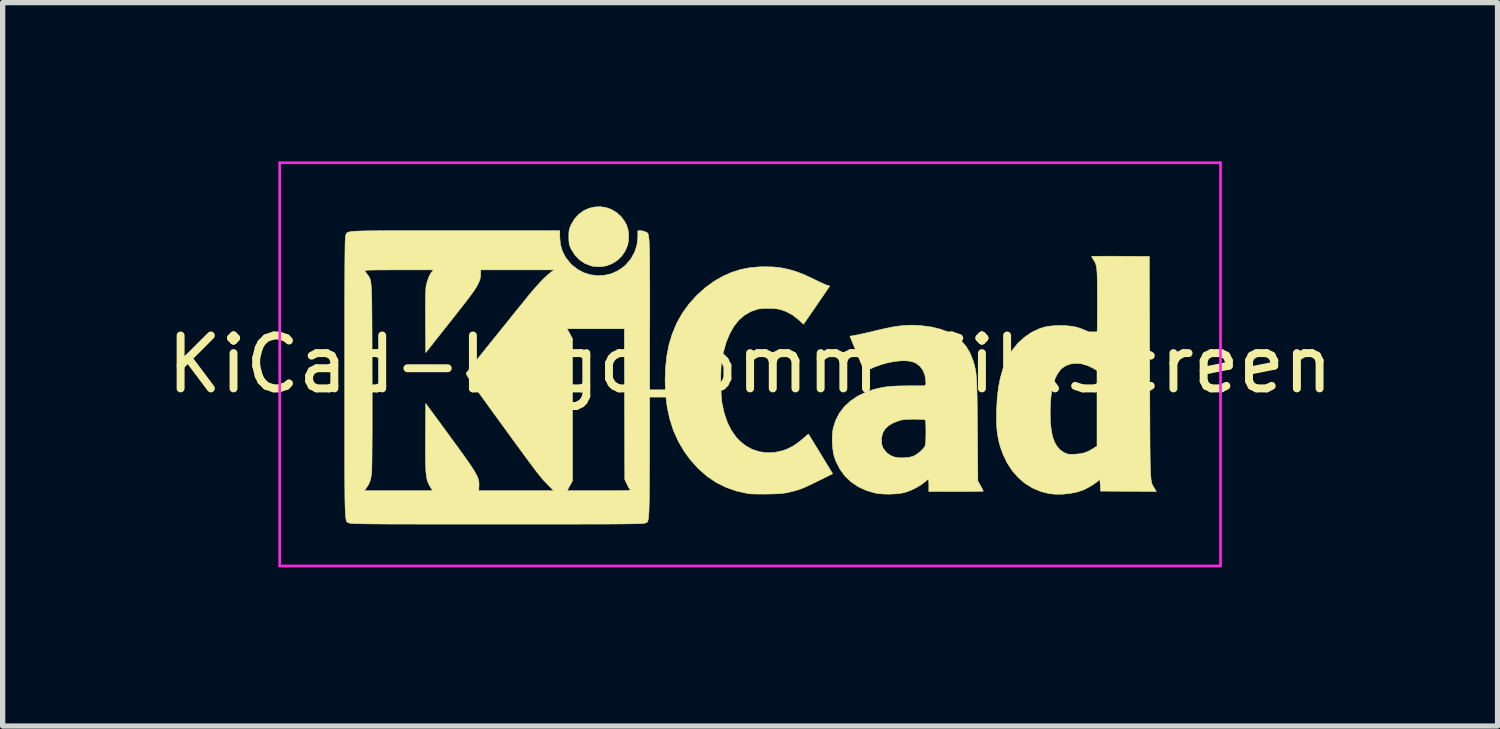
<source format=kicad_pcb>
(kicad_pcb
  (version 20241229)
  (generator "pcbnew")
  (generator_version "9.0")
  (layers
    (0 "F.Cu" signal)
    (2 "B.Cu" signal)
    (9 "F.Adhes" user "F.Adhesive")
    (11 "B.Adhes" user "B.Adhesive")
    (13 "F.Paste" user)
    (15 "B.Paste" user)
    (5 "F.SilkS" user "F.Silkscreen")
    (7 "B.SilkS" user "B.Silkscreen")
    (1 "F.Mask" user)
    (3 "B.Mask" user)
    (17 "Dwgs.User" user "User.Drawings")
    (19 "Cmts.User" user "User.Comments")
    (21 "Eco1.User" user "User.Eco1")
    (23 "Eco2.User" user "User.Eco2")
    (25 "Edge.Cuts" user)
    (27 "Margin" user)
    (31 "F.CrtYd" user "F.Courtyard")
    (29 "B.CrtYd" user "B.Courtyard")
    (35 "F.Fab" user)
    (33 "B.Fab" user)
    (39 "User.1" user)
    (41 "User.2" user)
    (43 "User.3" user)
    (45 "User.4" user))
  (footprint "KiCad-Logo_6mm_SilkScreen"
    (layer "F.Cu")
    (at 11.125 3.835)
    (property "Reference" "KiCad-Logo_6mm_SilkScreen" (at 0 0 0) (layer "F.SilkS") (effects (font (size 1 1) (thickness 0.15))))
    (attr exclude_from_pos_files exclude_from_bom)
    (fp_poly (pts (xy -2.726 -2.964) (xy -2.623 -2.928) (xy -2.527 -2.871) (xy -2.441 -2.795) (xy -2.369 -2.697) (xy -2.336 -2.636) (xy -2.308 -2.55) (xy -2.295 -2.451) (xy -2.296 -2.35) (xy -2.313 -2.257) (xy -2.359 -2.145) (xy -2.425 -2.047) (xy -2.509 -1.966) (xy -2.606 -1.904) (xy -2.714 -1.862) (xy -2.829 -1.844) (xy -2.948 -1.849) (xy -3.007 -1.862) (xy -3.121 -1.906) (xy -3.222 -1.974) (xy -3.309 -2.063) (xy -3.377 -2.171) (xy -3.383 -2.183) (xy -3.403 -2.227) (xy -3.415 -2.265) (xy -3.422 -2.304) (xy -3.425 -2.355) (xy -3.426 -2.41) (xy -3.425 -2.476) (xy -3.421 -2.523) (xy -3.413 -2.562) (xy -3.399 -2.6) (xy -3.382 -2.639) (xy -3.318 -2.747) (xy -3.238 -2.834) (xy -3.147 -2.901) (xy -3.047 -2.948) (xy -2.941 -2.973) (xy -2.833 -2.979) (xy -2.726 -2.964)) (stroke (width 0.01) (type solid)) (fill yes) (layer "F.SilkS"))
    (fp_poly (pts (xy 0.44 -1.84) (xy 0.588 -1.823) (xy 0.731 -1.794) (xy 0.876 -1.751) (xy 1.028 -1.692) (xy 1.192 -1.615) (xy 1.222 -1.6) (xy 1.29 -1.567) (xy 1.354 -1.537) (xy 1.408 -1.513) (xy 1.446 -1.498) (xy 1.451 -1.496) (xy 1.506 -1.48) (xy 1.26 -1.121) (xy 1.2 -1.033) (xy 1.144 -0.953) (xy 1.096 -0.883) (xy 1.057 -0.826) (xy 1.029 -0.785) (xy 1.013 -0.763) (xy 1.011 -0.759) (xy 1 -0.767) (xy 0.975 -0.789) (xy 0.939 -0.823) (xy 0.919 -0.841) (xy 0.806 -0.931) (xy 0.679 -0.999) (xy 0.57 -1.037) (xy 0.504 -1.049) (xy 0.422 -1.056) (xy 0.333 -1.058) (xy 0.247 -1.056) (xy 0.173 -1.048) (xy 0.144 -1.043) (xy 0.011 -0.997) (xy -0.108 -0.927) (xy -0.215 -0.834) (xy -0.308 -0.716) (xy -0.387 -0.575) (xy -0.454 -0.411) (xy -0.506 -0.223) (xy -0.537 -0.062) (xy -0.546 0.009) (xy -0.551 0.101) (xy -0.554 0.207) (xy -0.555 0.32) (xy -0.553 0.435) (xy -0.548 0.544) (xy -0.542 0.64) (xy -0.533 0.718) (xy -0.531 0.73) (xy -0.489 0.923) (xy -0.431 1.094) (xy -0.357 1.243) (xy -0.267 1.372) (xy -0.203 1.442) (xy -0.089 1.536) (xy 0.037 1.606) (xy 0.172 1.651) (xy 0.313 1.671) (xy 0.459 1.666) (xy 0.608 1.634) (xy 0.696 1.603) (xy 0.818 1.542) (xy 0.943 1.453) (xy 1.013 1.393) (xy 1.053 1.358) (xy 1.084 1.332) (xy 1.101 1.32) (xy 1.104 1.32) (xy 1.112 1.332) (xy 1.132 1.366) (xy 1.163 1.416) (xy 1.203 1.482) (xy 1.251 1.56) (xy 1.304 1.647) (xy 1.334 1.696) (xy 1.56 2.067) (xy 1.278 2.207) (xy 1.176 2.257) (xy 1.093 2.296) (xy 1.025 2.327) (xy 0.966 2.351) (xy 0.911 2.371) (xy 0.855 2.388) (xy 0.794 2.403) (xy 0.735 2.417) (xy 0.682 2.428) (xy 0.627 2.437) (xy 0.565 2.443) (xy 0.488 2.447) (xy 0.394 2.45) (xy 0.33 2.451) (xy 0.238 2.452) (xy 0.151 2.451) (xy 0.073 2.45) (xy 0.01 2.447) (xy -0.032 2.444) (xy -0.034 2.443) (xy -0.25 2.396) (xy -0.452 2.326) (xy -0.642 2.231) (xy -0.818 2.112) (xy -0.98 1.969) (xy -1.129 1.803) (xy -1.238 1.654) (xy -1.353 1.461) (xy -1.446 1.256) (xy -1.517 1.038) (xy -1.567 0.807) (xy -1.597 0.56) (xy -1.606 0.309) (xy -1.598 0.066) (xy -1.574 -0.158) (xy -1.533 -0.368) (xy -1.474 -0.565) (xy -1.396 -0.756) (xy -1.387 -0.776) (xy -1.284 -0.96) (xy -1.159 -1.135) (xy -1.013 -1.298) (xy -0.851 -1.445) (xy -0.676 -1.572) (xy -0.514 -1.665) (xy -0.349 -1.738) (xy -0.185 -1.791) (xy -0.013 -1.825) (xy 0.171 -1.842) (xy 0.281 -1.844) (xy 0.44 -1.84)) (stroke (width 0.01) (type solid)) (fill yes) (layer "F.SilkS"))
    (fp_poly (pts (xy 6.842 -2.043) (xy 6.959 -2.043) (xy 6.999 -2.042) (xy 7.544 -2.039) (xy 7.551 0.055) (xy 7.552 0.339) (xy 7.553 0.597) (xy 7.554 0.83) (xy 7.555 1.039) (xy 7.555 1.227) (xy 7.556 1.393) (xy 7.557 1.54) (xy 7.559 1.669) (xy 7.56 1.782) (xy 7.562 1.879) (xy 7.564 1.961) (xy 7.567 2.031) (xy 7.57 2.09) (xy 7.574 2.138) (xy 7.578 2.177) (xy 7.582 2.209) (xy 7.588 2.235) (xy 7.594 2.257) (xy 7.601 2.274) (xy 7.609 2.29) (xy 7.618 2.305) (xy 7.627 2.32) (xy 7.638 2.337) (xy 7.64 2.341) (xy 7.676 2.403) (xy 7.15 2.399) (xy 6.625 2.396) (xy 6.618 2.28) (xy 6.614 2.225) (xy 6.61 2.193) (xy 6.605 2.18) (xy 6.597 2.183) (xy 6.59 2.19) (xy 6.561 2.217) (xy 6.514 2.251) (xy 6.456 2.289) (xy 6.392 2.326) (xy 6.33 2.359) (xy 6.283 2.38) (xy 6.171 2.415) (xy 6.044 2.44) (xy 5.909 2.454) (xy 5.777 2.455) (xy 5.656 2.444) (xy 5.654 2.444) (xy 5.49 2.402) (xy 5.335 2.336) (xy 5.193 2.247) (xy 5.065 2.137) (xy 4.951 2.006) (xy 4.854 1.856) (xy 4.775 1.689) (xy 4.731 1.565) (xy 4.703 1.462) (xy 4.682 1.361) (xy 4.667 1.258) (xy 4.659 1.146) (xy 4.656 1.019) (xy 4.658 0.915) (xy 5.671 0.915) (xy 5.675 1.089) (xy 5.691 1.239) (xy 5.716 1.366) (xy 5.754 1.471) (xy 5.803 1.555) (xy 5.864 1.621) (xy 5.934 1.668) (xy 5.971 1.685) (xy 6.003 1.695) (xy 6.038 1.7) (xy 6.086 1.701) (xy 6.137 1.699) (xy 6.238 1.69) (xy 6.318 1.672) (xy 6.343 1.664) (xy 6.4 1.638) (xy 6.461 1.605) (xy 6.487 1.589) (xy 6.556 1.544) (xy 6.556 0.117) (xy 6.48 0.072) (xy 6.375 0.021) (xy 6.268 -0.01) (xy 6.162 -0.019) (xy 6.061 -0.008) (xy 5.97 0.023) (xy 5.893 0.075) (xy 5.868 0.099) (xy 5.808 0.181) (xy 5.759 0.279) (xy 5.721 0.396) (xy 5.695 0.533) (xy 5.678 0.692) (xy 5.671 0.876) (xy 5.671 0.915) (xy 4.658 0.915) (xy 4.658 0.872) (xy 4.67 0.646) (xy 4.693 0.442) (xy 4.729 0.258) (xy 4.777 0.089) (xy 4.839 -0.066) (xy 4.861 -0.112) (xy 4.95 -0.262) (xy 5.058 -0.396) (xy 5.182 -0.51) (xy 5.319 -0.604) (xy 5.468 -0.674) (xy 5.557 -0.703) (xy 5.644 -0.72) (xy 5.749 -0.73) (xy 5.863 -0.734) (xy 5.977 -0.73) (xy 6.083 -0.719) (xy 6.167 -0.703) (xy 6.268 -0.67) (xy 6.366 -0.628) (xy 6.451 -0.58) (xy 6.497 -0.548) (xy 6.528 -0.525) (xy 6.55 -0.51) (xy 6.555 -0.508) (xy 6.557 -0.521) (xy 6.558 -0.559) (xy 6.559 -0.619) (xy 6.561 -0.699) (xy 6.562 -0.795) (xy 6.562 -0.906) (xy 6.563 -1.027) (xy 6.563 -1.151) (xy 6.563 -1.31) (xy 6.562 -1.444) (xy 6.561 -1.555) (xy 6.56 -1.647) (xy 6.557 -1.721) (xy 6.553 -1.781) (xy 6.548 -1.829) (xy 6.54 -1.867) (xy 6.531 -1.898) (xy 6.52 -1.925) (xy 6.507 -1.949) (xy 6.49 -1.975) (xy 6.488 -1.978) (xy 6.467 -2.011) (xy 6.455 -2.034) (xy 6.453 -2.039) (xy 6.466 -2.04) (xy 6.504 -2.041) (xy 6.563 -2.042) (xy 6.642 -2.043) (xy 6.735 -2.043) (xy 6.842 -2.043)) (stroke (width 0.01) (type solid)) (fill yes) (layer "F.SilkS"))
    (fp_poly (pts (xy 3.168 -0.736) (xy 3.236 -0.731) (xy 3.43 -0.705) (xy 3.603 -0.663) (xy 3.753 -0.606) (xy 3.884 -0.532) (xy 3.994 -0.441) (xy 4.086 -0.333) (xy 4.16 -0.206) (xy 4.214 -0.069) (xy 4.227 -0.025) (xy 4.239 0.016) (xy 4.249 0.057) (xy 4.258 0.099) (xy 4.266 0.145) (xy 4.272 0.196) (xy 4.277 0.257) (xy 4.281 0.327) (xy 4.285 0.411) (xy 4.287 0.509) (xy 4.29 0.624) (xy 4.292 0.759) (xy 4.293 0.915) (xy 4.295 1.095) (xy 4.296 1.236) (xy 4.304 2.204) (xy 4.356 2.297) (xy 4.38 2.342) (xy 4.398 2.377) (xy 4.407 2.395) (xy 4.407 2.396) (xy 4.394 2.398) (xy 4.356 2.399) (xy 4.297 2.4) (xy 4.22 2.401) (xy 4.127 2.402) (xy 4.021 2.402) (xy 3.906 2.403) (xy 3.892 2.403) (xy 3.378 2.403) (xy 3.378 2.286) (xy 3.377 2.233) (xy 3.374 2.193) (xy 3.371 2.171) (xy 3.369 2.169) (xy 3.356 2.178) (xy 3.328 2.2) (xy 3.291 2.231) (xy 3.29 2.231) (xy 3.224 2.281) (xy 3.14 2.331) (xy 3.048 2.376) (xy 2.957 2.411) (xy 2.918 2.423) (xy 2.838 2.439) (xy 2.741 2.448) (xy 2.635 2.453) (xy 2.528 2.451) (xy 2.43 2.443) (xy 2.362 2.432) (xy 2.194 2.383) (xy 2.042 2.312) (xy 1.909 2.222) (xy 1.794 2.112) (xy 1.699 1.984) (xy 1.625 1.839) (xy 1.592 1.751) (xy 1.572 1.665) (xy 1.559 1.562) (xy 1.553 1.451) (xy 1.553 1.435) (xy 2.482 1.435) (xy 2.489 1.517) (xy 2.515 1.586) (xy 2.562 1.649) (xy 2.581 1.668) (xy 2.645 1.718) (xy 2.72 1.75) (xy 2.81 1.766) (xy 2.904 1.767) (xy 2.994 1.759) (xy 3.062 1.744) (xy 3.092 1.733) (xy 3.145 1.703) (xy 3.202 1.66) (xy 3.254 1.612) (xy 3.293 1.566) (xy 3.303 1.549) (xy 3.311 1.526) (xy 3.317 1.488) (xy 3.32 1.433) (xy 3.322 1.357) (xy 3.323 1.284) (xy 3.322 1.199) (xy 3.321 1.138) (xy 3.319 1.096) (xy 3.315 1.07) (xy 3.309 1.055) (xy 3.301 1.048) (xy 3.299 1.046) (xy 3.276 1.043) (xy 3.233 1.04) (xy 3.173 1.038) (xy 3.104 1.037) (xy 3.089 1.037) (xy 2.997 1.038) (xy 2.925 1.043) (xy 2.869 1.051) (xy 2.822 1.062) (xy 2.706 1.106) (xy 2.615 1.16) (xy 2.548 1.225) (xy 2.504 1.302) (xy 2.484 1.391) (xy 2.482 1.435) (xy 1.553 1.435) (xy 1.554 1.342) (xy 1.564 1.245) (xy 1.571 1.205) (xy 1.617 1.059) (xy 1.687 0.924) (xy 1.78 0.802) (xy 1.895 0.695) (xy 2.03 0.603) (xy 2.183 0.528) (xy 2.313 0.482) (xy 2.401 0.459) (xy 2.484 0.44) (xy 2.569 0.426) (xy 2.661 0.416) (xy 2.765 0.41) (xy 2.888 0.407) (xy 2.998 0.406) (xy 3.326 0.405) (xy 3.319 0.307) (xy 3.302 0.2) (xy 3.264 0.108) (xy 3.207 0.033) (xy 3.134 -0.022) (xy 3.07 -0.048) (xy 2.977 -0.065) (xy 2.867 -0.068) (xy 2.745 -0.057) (xy 2.615 -0.033) (xy 2.483 0.003) (xy 2.354 0.049) (xy 2.261 0.092) (xy 2.216 0.114) (xy 2.181 0.129) (xy 2.164 0.135) (xy 2.163 0.135) (xy 2.157 0.121) (xy 2.142 0.086) (xy 2.119 0.032) (xy 2.09 -0.037) (xy 2.056 -0.118) (xy 2.022 -0.201) (xy 1.886 -0.532) (xy 1.983 -0.548) (xy 2.025 -0.556) (xy 2.088 -0.57) (xy 2.167 -0.587) (xy 2.257 -0.608) (xy 2.351 -0.63) (xy 2.389 -0.64) (xy 2.552 -0.677) (xy 2.694 -0.706) (xy 2.822 -0.725) (xy 2.939 -0.736) (xy 3.053 -0.74) (xy 3.168 -0.736)) (stroke (width 0.01) (type solid)) (fill yes) (layer "F.SilkS"))
    (fp_poly (pts (xy -5.956 -2.526) (xy -5.691 -2.526) (xy -5.568 -2.526) (xy -3.597 -2.526) (xy -3.597 -2.41) (xy -3.585 -2.269) (xy -3.547 -2.138) (xy -3.485 -2.018) (xy -3.396 -1.907) (xy -3.366 -1.877) (xy -3.258 -1.793) (xy -3.14 -1.731) (xy -3.013 -1.692) (xy -2.883 -1.676) (xy -2.752 -1.683) (xy -2.625 -1.712) (xy -2.504 -1.765) (xy -2.393 -1.84) (xy -2.343 -1.886) (xy -2.25 -1.997) (xy -2.182 -2.12) (xy -2.139 -2.252) (xy -2.122 -2.392) (xy -2.122 -2.406) (xy -2.121 -2.526) (xy -2.068 -2.526) (xy -2.022 -2.52) (xy -1.979 -2.504) (xy -1.976 -2.503) (xy -1.966 -2.498) (xy -1.957 -2.494) (xy -1.949 -2.49) (xy -1.942 -2.485) (xy -1.935 -2.477) (xy -1.929 -2.467) (xy -1.924 -2.451) (xy -1.919 -2.43) (xy -1.915 -2.402) (xy -1.911 -2.366) (xy -1.908 -2.321) (xy -1.905 -2.266) (xy -1.903 -2.199) (xy -1.901 -2.12) (xy -1.899 -2.027) (xy -1.898 -1.919) (xy -1.897 -1.795) (xy -1.897 -1.654) (xy -1.896 -1.495) (xy -1.896 -1.317) (xy -1.896 -1.118) (xy -1.896 -0.897) (xy -1.897 -0.654) (xy -1.897 -0.386) (xy -1.897 -0.094) (xy -1.898 0.224) (xy -1.898 0.263) (xy -1.898 0.584) (xy -1.899 0.878) (xy -1.899 1.147) (xy -1.899 1.392) (xy -1.9 1.614) (xy -1.9 1.814) (xy -1.901 1.994) (xy -1.902 2.154) (xy -1.903 2.296) (xy -1.904 2.421) (xy -1.905 2.529) (xy -1.907 2.623) (xy -1.909 2.702) (xy -1.911 2.769) (xy -1.914 2.825) (xy -1.918 2.87) (xy -1.921 2.906) (xy -1.926 2.934) (xy -1.931 2.954) (xy -1.936 2.969) (xy -1.942 2.979) (xy -1.949 2.986) (xy -1.956 2.99) (xy -1.965 2.993) (xy -1.974 2.995) (xy -1.983 2.999) (xy -1.986 3) (xy -1.993 3.002) (xy -2.006 3.005) (xy -2.025 3.007) (xy -2.051 3.009) (xy -2.085 3.01) (xy -2.129 3.012) (xy -2.184 3.013) (xy -2.25 3.014) (xy -2.329 3.015) (xy -2.422 3.016) (xy -2.53 3.017) (xy -2.654 3.018) (xy -2.795 3.019) (xy -2.955 3.019) (xy -3.134 3.019) (xy -3.333 3.02) (xy -3.554 3.02) (xy -3.798 3.02) (xy -4.066 3.02) (xy -4.358 3.02) (xy -4.677 3.02) (xy -4.78 3.02) (xy -5.106 3.02) (xy -5.405 3.02) (xy -5.679 3.02) (xy -5.929 3.02) (xy -6.156 3.02) (xy -6.361 3.019) (xy -6.545 3.019) (xy -6.71 3.018) (xy -6.856 3.018) (xy -6.984 3.017) (xy -7.097 3.016) (xy -7.194 3.015) (xy -7.277 3.014) (xy -7.347 3.013) (xy -7.405 3.012) (xy -7.453 3.011) (xy -7.491 3.009) (xy -7.52 3.007) (xy -7.542 3.005) (xy -7.558 3.003) (xy -7.569 3.001) (xy -7.574 2.998) (xy -7.585 2.994) (xy -7.594 2.991) (xy -7.603 2.988) (xy -7.611 2.983) (xy -7.618 2.977) (xy -7.624 2.967) (xy -7.63 2.952) (xy -7.635 2.932) (xy -7.64 2.905) (xy -7.644 2.87) (xy -7.647 2.826) (xy -7.65 2.772) (xy -7.653 2.706) (xy -7.655 2.628) (xy -7.657 2.536) (xy -7.658 2.43) (xy -7.658 2.389) (xy -7.292 2.389) (xy -5.997 2.389) (xy -6.022 2.351) (xy -6.046 2.312) (xy -6.067 2.275) (xy -6.085 2.238) (xy -6.099 2.197) (xy -6.111 2.15) (xy -6.119 2.094) (xy -6.126 2.028) (xy -6.13 1.948) (xy -6.133 1.852) (xy -6.135 1.736) (xy -6.135 1.6) (xy -6.134 1.439) (xy -6.134 1.379) (xy -6.13 0.74) (xy -5.725 1.291) (xy -5.611 1.448) (xy -5.511 1.584) (xy -5.426 1.702) (xy -5.354 1.803) (xy -5.294 1.889) (xy -5.245 1.963) (xy -5.206 2.025) (xy -5.177 2.078) (xy -5.154 2.123) (xy -5.139 2.163) (xy -5.129 2.198) (xy -5.124 2.231) (xy -5.123 2.264) (xy -5.123 2.299) (xy -5.124 2.303) (xy -5.128 2.389) (xy -3.709 2.389) (xy -3.814 2.283) (xy -3.843 2.253) (xy -3.87 2.225) (xy -3.897 2.196) (xy -3.925 2.165) (xy -3.955 2.129) (xy -3.988 2.088) (xy -4.026 2.041) (xy -4.069 1.984) (xy -4.119 1.917) (xy -4.178 1.839) (xy -4.245 1.748) (xy -4.323 1.641) (xy -4.413 1.518) (xy -4.516 1.378) (xy -4.632 1.217) (xy -4.728 1.086) (xy -4.848 0.921) (xy -4.952 0.776) (xy -5.043 0.651) (xy -5.12 0.544) (xy -5.184 0.454) (xy -5.237 0.379) (xy -5.279 0.317) (xy -5.312 0.269) (xy -5.336 0.231) (xy -5.352 0.203) (xy -5.362 0.184) (xy -5.365 0.172) (xy -5.364 0.165) (xy -5.351 0.148) (xy -5.322 0.112) (xy -5.279 0.058) (xy -5.225 -0.01) (xy -5.16 -0.091) (xy -5.086 -0.183) (xy -5.006 -0.283) (xy -4.921 -0.389) (xy -4.832 -0.499) (xy -4.742 -0.611) (xy -4.692 -0.673) (xy -3.459 -0.673) (xy -3.408 -0.58) (xy -3.357 -0.487) (xy -3.357 2.204) (xy -3.408 2.296) (xy -3.459 2.389) (xy -2.853 2.389) (xy -2.709 2.389) (xy -2.589 2.389) (xy -2.493 2.388) (xy -2.417 2.388) (xy -2.359 2.386) (xy -2.317 2.385) (xy -2.289 2.382) (xy -2.273 2.379) (xy -2.266 2.375) (xy -2.265 2.37) (xy -2.269 2.365) (xy -2.27 2.365) (xy -2.287 2.34) (xy -2.31 2.299) (xy -2.33 2.258) (xy -2.368 2.176) (xy -2.376 -0.673) (xy -3.459 -0.673) (xy -4.692 -0.673) (xy -4.651 -0.723) (xy -4.563 -0.832) (xy -4.479 -0.937) (xy -4.4 -1.035) (xy -4.328 -1.124) (xy -4.264 -1.202) (xy -4.212 -1.267) (xy -4.172 -1.317) (xy -4.148 -1.346) (xy -4.056 -1.453) (xy -3.968 -1.55) (xy -3.886 -1.634) (xy -3.814 -1.701) (xy -3.763 -1.741) (xy -3.703 -1.785) (xy -5.092 -1.785) (xy -5.092 -1.703) (xy -5.096 -1.643) (xy -5.11 -1.588) (xy -5.133 -1.535) (xy -5.148 -1.505) (xy -5.163 -1.476) (xy -5.182 -1.445) (xy -5.204 -1.41) (xy -5.232 -1.369) (xy -5.267 -1.322) (xy -5.31 -1.264) (xy -5.362 -1.195) (xy -5.426 -1.113) (xy -5.503 -1.015) (xy -5.593 -0.9) (xy -5.7 -0.765) (xy -5.712 -0.75) (xy -6.13 -0.221) (xy -6.134 -0.807) (xy -6.135 -0.983) (xy -6.135 -1.131) (xy -6.134 -1.254) (xy -6.132 -1.35) (xy -6.128 -1.421) (xy -6.124 -1.467) (xy -6.123 -1.475) (xy -6.101 -1.567) (xy -6.071 -1.649) (xy -6.038 -1.716) (xy -6.018 -1.744) (xy -5.984 -1.785) (xy -6.638 -1.785) (xy -6.794 -1.785) (xy -6.924 -1.784) (xy -7.031 -1.784) (xy -7.116 -1.782) (xy -7.182 -1.781) (xy -7.229 -1.779) (xy -7.26 -1.776) (xy -7.277 -1.773) (xy -7.282 -1.769) (xy -7.282 -1.768) (xy -7.268 -1.747) (xy -7.245 -1.714) (xy -7.233 -1.697) (xy -7.22 -1.68) (xy -7.209 -1.665) (xy -7.199 -1.65) (xy -7.19 -1.635) (xy -7.183 -1.616) (xy -7.176 -1.593) (xy -7.17 -1.565) (xy -7.165 -1.53) (xy -7.161 -1.486) (xy -7.157 -1.432) (xy -7.154 -1.367) (xy -7.151 -1.288) (xy -7.149 -1.196) (xy -7.148 -1.087) (xy -7.147 -0.961) (xy -7.146 -0.816) (xy -7.145 -0.651) (xy -7.144 -0.464) (xy -7.144 -0.253) (xy -7.143 -0.018) (xy -7.143 0.198) (xy -7.142 0.439) (xy -7.142 0.668) (xy -7.142 0.885) (xy -7.142 1.089) (xy -7.142 1.276) (xy -7.143 1.447) (xy -7.144 1.6) (xy -7.145 1.732) (xy -7.146 1.844) (xy -7.148 1.932) (xy -7.149 1.996) (xy -7.151 2.035) (xy -7.151 2.039) (xy -7.163 2.132) (xy -7.182 2.207) (xy -7.211 2.273) (xy -7.253 2.337) (xy -7.258 2.344) (xy -7.292 2.389) (xy -7.658 2.389) (xy -7.659 2.307) (xy -7.66 2.168) (xy -7.66 2.011) (xy -7.661 1.834) (xy -7.661 1.636) (xy -7.661 1.418) (xy -7.661 1.176) (xy -7.661 0.911) (xy -7.661 0.62) (xy -7.661 0.304) (xy -7.661 0.241) (xy -7.661 -0.079) (xy -7.661 -0.372) (xy -7.661 -0.641) (xy -7.661 -0.885) (xy -7.661 -1.106) (xy -7.66 -1.305) (xy -7.66 -1.484) (xy -7.659 -1.643) (xy -7.659 -1.784) (xy -7.658 -1.907) (xy -7.657 -2.015) (xy -7.656 -2.107) (xy -7.655 -2.185) (xy -7.654 -2.25) (xy -7.653 -2.304) (xy -7.651 -2.347) (xy -7.649 -2.381) (xy -7.647 -2.406) (xy -7.645 -2.425) (xy -7.643 -2.437) (xy -7.64 -2.444) (xy -7.64 -2.444) (xy -7.635 -2.455) (xy -7.631 -2.466) (xy -7.626 -2.475) (xy -7.62 -2.483) (xy -7.61 -2.49) (xy -7.596 -2.496) (xy -7.576 -2.502) (xy -7.549 -2.507) (xy -7.514 -2.511) (xy -7.469 -2.515) (xy -7.413 -2.518) (xy -7.345 -2.52) (xy -7.263 -2.522) (xy -7.166 -2.523) (xy -7.052 -2.524) (xy -6.921 -2.525) (xy -6.771 -2.526) (xy -6.601 -2.526) (xy -6.409 -2.526) (xy -6.195 -2.526) (xy -5.956 -2.526)) (stroke (width 0.01) (type solid)) (fill yes) (layer "F.SilkS"))
    (fp_line (start -8.89 -3.81) (end 8.89 -3.81) (stroke (width 0.05) (type solid)) (layer "F.CrtYd"))
    (fp_line (start -8.89 3.81) (end -8.89 -3.81) (stroke (width 0.05) (type solid)) (layer "F.CrtYd"))
    (fp_line (start 8.89 -3.81) (end 8.89 3.81) (stroke (width 0.05) (type solid)) (layer "F.CrtYd"))
    (fp_line (start 8.89 3.81) (end -8.89 3.81) (stroke (width 0.05) (type solid)) (layer "F.CrtYd")))
  (gr_rect
    (start -3 -3)
    (end 25.25 10.67)
    (stroke (width 0.1) (type default))
    (fill no)
    (layer "Edge.Cuts")))
</source>
